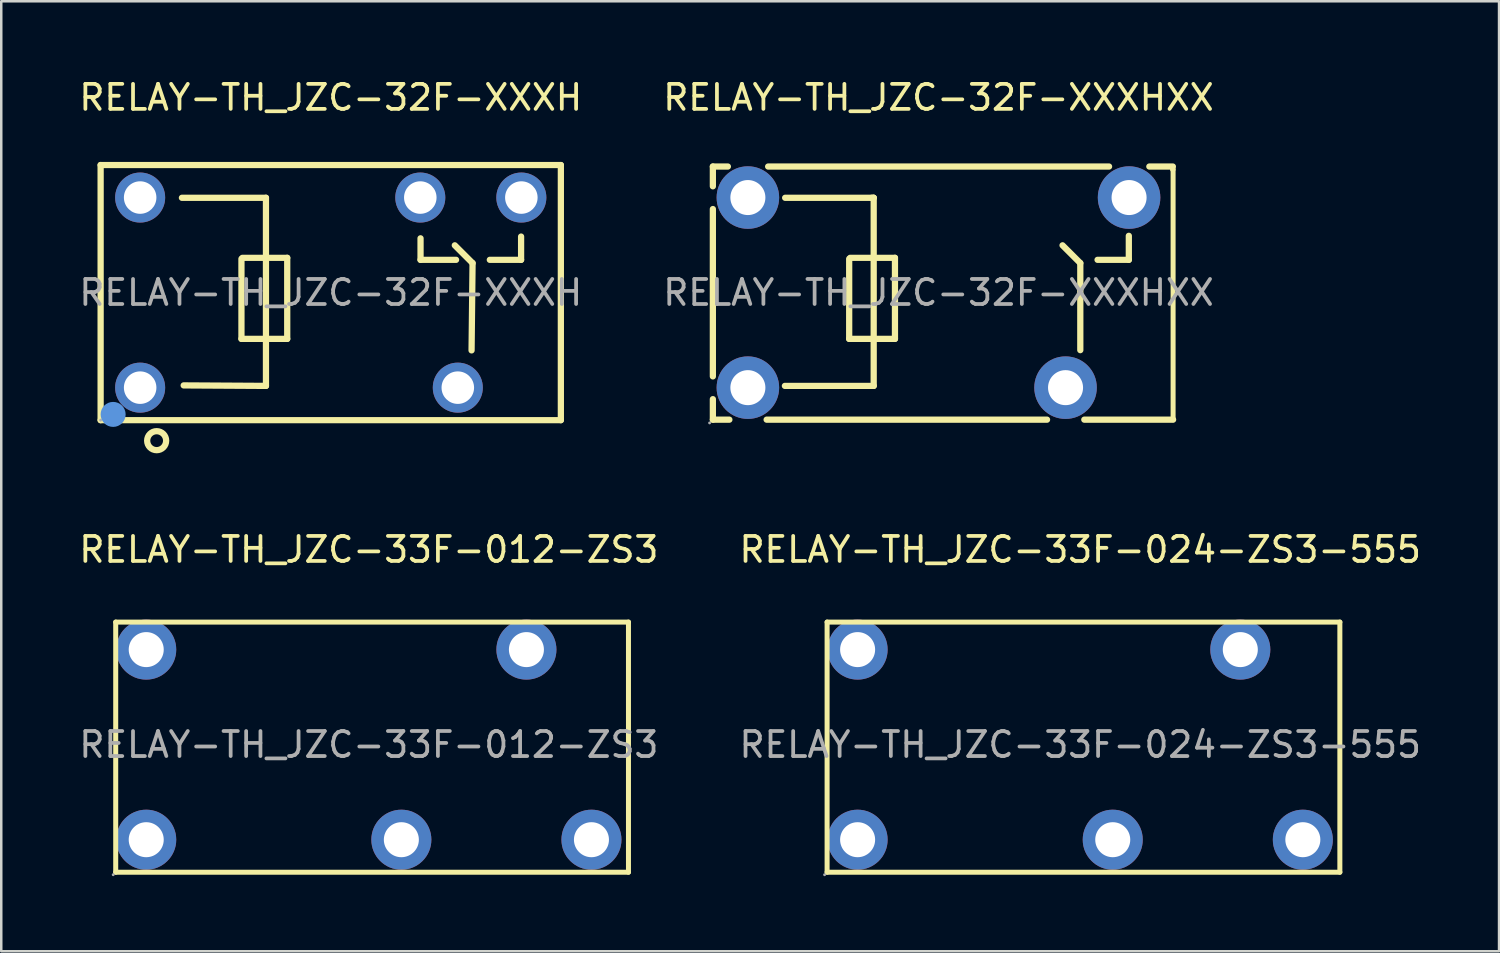
<source format=kicad_pcb>
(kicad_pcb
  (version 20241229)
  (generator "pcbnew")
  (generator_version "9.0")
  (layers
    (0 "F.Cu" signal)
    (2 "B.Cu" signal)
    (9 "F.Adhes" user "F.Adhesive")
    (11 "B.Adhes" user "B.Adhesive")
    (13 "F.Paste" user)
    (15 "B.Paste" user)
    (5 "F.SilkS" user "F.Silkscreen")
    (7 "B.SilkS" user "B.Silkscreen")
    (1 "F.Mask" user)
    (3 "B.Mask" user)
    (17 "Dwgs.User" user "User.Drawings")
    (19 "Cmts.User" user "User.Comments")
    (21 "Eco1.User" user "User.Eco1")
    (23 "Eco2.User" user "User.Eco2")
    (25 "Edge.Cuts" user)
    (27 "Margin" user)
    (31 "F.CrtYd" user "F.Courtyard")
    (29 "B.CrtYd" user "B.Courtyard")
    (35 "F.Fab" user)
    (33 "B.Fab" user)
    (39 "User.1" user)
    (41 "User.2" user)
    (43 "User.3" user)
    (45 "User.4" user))
  (footprint "RELAY-TH_JZC-32F-XXXH"
    (layer "F.Cu")
    (at 10.173 8.648)
    (property "Reference" "RELAY-TH_JZC-32F-XXXH" (at 0 -7.8 0) (layer "F.SilkS") (effects (font (size 1 1) (thickness 0.15))))
    (attr through_hole)
    (fp_line (start -9.2 -5.1) (end -9.2 5.1) (stroke (width 0.25) (type solid)) (layer "F.SilkS"))
    (fp_line (start -9.2 5.1) (end 9.2 5.1) (stroke (width 0.25) (type solid)) (layer "F.SilkS"))
    (fp_line (start -5.95 -3.79) (end -2.59 -3.79) (stroke (width 0.25) (type solid)) (layer "F.SilkS"))
    (fp_line (start -3.57 1.85) (end -3.57 -1.35) (stroke (width 0.25) (type solid)) (layer "F.SilkS"))
    (fp_line (start -3.53 -1.39) (end -1.74 -1.39) (stroke (width 0.25) (type solid)) (layer "F.SilkS"))
    (fp_line (start -2.59 -3.79) (end -2.59 3.73) (stroke (width 0.25) (type solid)) (layer "F.SilkS"))
    (fp_line (start -2.59 3.73) (end -5.88 3.71) (stroke (width 0.25) (type solid)) (layer "F.SilkS"))
    (fp_line (start -1.74 -1.39) (end -1.74 1.85) (stroke (width 0.25) (type solid)) (layer "F.SilkS"))
    (fp_line (start -1.74 1.85) (end -3.57 1.85) (stroke (width 0.25) (type solid)) (layer "F.SilkS"))
    (fp_line (start 3.59 -2.17) (end 3.59 -1.31) (stroke (width 0.25) (type solid)) (layer "F.SilkS"))
    (fp_line (start 3.59 -1.31) (end 5.01 -1.31) (stroke (width 0.25) (type solid)) (layer "F.SilkS"))
    (fp_line (start 5.63 2.31) (end 5.67 -1.18) (stroke (width 0.25) (type solid)) (layer "F.SilkS"))
    (fp_line (start 5.67 -1.18) (end 4.96 -1.89) (stroke (width 0.25) (type solid)) (layer "F.SilkS"))
    (fp_line (start 7.61 -2.24) (end 7.61 -1.31) (stroke (width 0.25) (type solid)) (layer "F.SilkS"))
    (fp_line (start 7.61 -1.31) (end 6.36 -1.31) (stroke (width 0.25) (type solid)) (layer "F.SilkS"))
    (fp_line (start 9.2 -5.1) (end -9.2 -5.1) (stroke (width 0.25) (type solid)) (layer "F.SilkS"))
    (fp_line (start 9.2 5.1) (end 9.2 -5.1) (stroke (width 0.25) (type solid)) (layer "F.SilkS"))
    (fp_circle (center -6.96 5.92) (end -6.58 5.92) (stroke (width 0.25) (type solid)) (fill no) (layer "F.SilkS"))
    (fp_circle (center -8.7 4.87) (end -8.45 4.87) (stroke (width 0.5) (type solid)) (fill no) (layer "Cmts.User"))
    (fp_circle (center -9.2 5.1) (end -9.17 5.1) (stroke (width 0.06) (type solid)) (fill no) (layer "F.Fab"))
    (fp_text user "${REFERENCE}" (at 0 0 0) (layer "F.Fab") (effects (font (size 1 1) (thickness 0.15))))
    (pad "1" thru_hole circle (at -7.62 3.8) (size 2 2) (drill 1.3) (layers "*.Cu" "*.Paste" "*.Mask"))
    (pad "2" thru_hole circle (at -7.62 -3.8) (size 2 2) (drill 1.3) (layers "*.Cu" "*.Paste" "*.Mask"))
    (pad "3" thru_hole circle (at 7.62 -3.8) (size 2 2) (drill 1.3) (layers "*.Cu" "*.Paste" "*.Mask"))
    (pad "4" thru_hole circle (at 5.08 3.8) (size 2 2) (drill 1.3) (layers "*.Cu" "*.Paste" "*.Mask"))
    (pad "5" thru_hole circle (at 3.58 -3.8) (size 2 2) (drill 1.3) (layers "*.Cu" "*.Paste" "*.Mask")))
  (footprint "RELAY-TH_JZC-32F-XXXHXX"
    (layer "F.Cu")
    (at 34.47 8.648)
    (property "Reference" "RELAY-TH_JZC-32F-XXXHXX" (at 0 -7.8 0) (layer "F.SilkS") (effects (font (size 1 1) (thickness 0.15))))
    (attr through_hole)
    (fp_line (start -9.02 -5.04) (end -9.02 -4.25) (stroke (width 0.25) (type solid)) (layer "F.SilkS"))
    (fp_line (start -9.02 -5.04) (end -8.42 -5.04) (stroke (width 0.25) (type solid)) (layer "F.SilkS"))
    (fp_line (start -9.02 -3.34) (end -9.02 3.35) (stroke (width 0.25) (type solid)) (layer "F.SilkS"))
    (fp_line (start -9.02 4.26) (end -9.02 5.08) (stroke (width 0.25) (type solid)) (layer "F.SilkS"))
    (fp_line (start -8.36 5.08) (end -9.02 5.08) (stroke (width 0.25) (type solid)) (layer "F.SilkS"))
    (fp_line (start -6.81 -5.04) (end 6.82 -5.04) (stroke (width 0.25) (type solid)) (layer "F.SilkS"))
    (fp_line (start -3.57 1.85) (end -3.57 -1.35) (stroke (width 0.25) (type solid)) (layer "F.SilkS"))
    (fp_line (start -3.53 -1.39) (end -1.74 -1.39) (stroke (width 0.25) (type solid)) (layer "F.SilkS"))
    (fp_line (start -2.67 -3.79) (end -2.59 -3.79) (stroke (width 0.25) (type solid)) (layer "F.SilkS"))
    (fp_line (start -2.59 -3.79) (end -6.13 -3.79) (stroke (width 0.25) (type solid)) (layer "F.SilkS"))
    (fp_line (start -2.59 -3.79) (end -2.59 3.73) (stroke (width 0.25) (type solid)) (layer "F.SilkS"))
    (fp_line (start -2.59 3.73) (end -6.14 3.73) (stroke (width 0.25) (type solid)) (layer "F.SilkS"))
    (fp_line (start -1.74 -1.39) (end -1.74 1.85) (stroke (width 0.25) (type solid)) (layer "F.SilkS"))
    (fp_line (start -1.74 1.85) (end -3.57 1.85) (stroke (width 0.25) (type solid)) (layer "F.SilkS"))
    (fp_line (start 4.34 5.08) (end -6.87 5.08) (stroke (width 0.25) (type solid)) (layer "F.SilkS"))
    (fp_line (start 5.67 -1.18) (end 4.96 -1.89) (stroke (width 0.25) (type solid)) (layer "F.SilkS"))
    (fp_line (start 5.67 2.3) (end 5.67 -1.18) (stroke (width 0.25) (type solid)) (layer "F.SilkS"))
    (fp_line (start 7.61 -2.27) (end 7.61 -1.31) (stroke (width 0.25) (type solid)) (layer "F.SilkS"))
    (fp_line (start 7.61 -1.31) (end 6.36 -1.31) (stroke (width 0.25) (type solid)) (layer "F.SilkS"))
    (fp_line (start 8.43 -5.04) (end 9.37 -5.04) (stroke (width 0.25) (type solid)) (layer "F.SilkS"))
    (fp_line (start 9.37 -5.04) (end 9.37 -4.92) (stroke (width 0.2) (type solid)) (layer "F.SilkS"))
    (fp_line (start 9.37 -4.92) (end 9.37 -4.91) (stroke (width 0.2) (type solid)) (layer "F.SilkS"))
    (fp_line (start 9.38 -4.92) (end 9.38 5.08) (stroke (width 0.2) (type solid)) (layer "F.SilkS"))
    (fp_line (start 9.38 5.08) (end 5.83 5.08) (stroke (width 0.25) (type solid)) (layer "F.SilkS"))
    (fp_circle (center -9.15 5.21) (end -9.12 5.21) (stroke (width 0.06) (type solid)) (fill no) (layer "F.Fab"))
    (fp_circle (center -7.62 -3.8) (end -7.32 -3.8) (stroke (width 0.6) (type solid)) (fill no) (layer "F.Fab"))
    (fp_circle (center -7.62 3.8) (end -7.32 3.8) (stroke (width 0.6) (type solid)) (fill no) (layer "F.Fab"))
    (fp_circle (center 5.08 3.8) (end 5.38 3.8) (stroke (width 0.6) (type solid)) (fill no) (layer "F.Fab"))
    (fp_circle (center 7.62 -3.8) (end 7.92 -3.8) (stroke (width 0.6) (type solid)) (fill no) (layer "F.Fab"))
    (fp_text user "${REFERENCE}" (at 0 0 0) (layer "F.Fab") (effects (font (size 1 1) (thickness 0.15))))
    (pad "1" thru_hole circle (at -7.62 3.8) (size 2.5 2.5) (drill 1.4) (layers "*.Cu" "*.Paste" "*.Mask"))
    (pad "2" thru_hole circle (at -7.62 -3.8) (size 2.5 2.5) (drill 1.4) (layers "*.Cu" "*.Paste" "*.Mask"))
    (pad "3" thru_hole circle (at 7.62 -3.8) (size 2.5 2.5) (drill 1.4) (layers "*.Cu" "*.Paste" "*.Mask"))
    (pad "4" thru_hole circle (at 5.08 3.8) (size 2.5 2.5) (drill 1.4) (layers "*.Cu" "*.Paste" "*.Mask")))
  (footprint "RELAY-TH_JZC-33F-012-ZS3"
    (layer "F.Cu")
    (at 11.696 26.721)
    (property "Reference" "RELAY-TH_JZC-33F-012-ZS3" (at 0 -7.8 0) (layer "F.SilkS") (effects (font (size 1 1) (thickness 0.15))))
    (attr through_hole)
    (fp_line (start -10.12 -4.9) (end -10.12 5.1) (stroke (width 0.2) (type solid)) (layer "F.SilkS"))
    (fp_line (start -10.12 5.1) (end 10.38 5.1) (stroke (width 0.2) (type solid)) (layer "F.SilkS"))
    (fp_line (start 10.38 -4.9) (end -10.12 -4.9) (stroke (width 0.2) (type solid)) (layer "F.SilkS"))
    (fp_line (start 10.38 5.1) (end 10.38 -4.9) (stroke (width 0.2) (type solid)) (layer "F.SilkS"))
    (fp_circle (center -10.22 5.2) (end -10.19 5.2) (stroke (width 0.06) (type solid)) (fill no) (layer "F.Fab"))
    (fp_circle (center -8.9 -3.8) (end -8.6 -3.8) (stroke (width 0.6) (type solid)) (fill no) (layer "F.Fab"))
    (fp_circle (center -8.9 3.8) (end -8.6 3.8) (stroke (width 0.6) (type solid)) (fill no) (layer "F.Fab"))
    (fp_circle (center 1.3 3.8) (end 1.6 3.8) (stroke (width 0.6) (type solid)) (fill no) (layer "F.Fab"))
    (fp_circle (center 6.3 -3.8) (end 6.6 -3.8) (stroke (width 0.6) (type solid)) (fill no) (layer "F.Fab"))
    (fp_circle (center 8.9 3.8) (end 9.2 3.8) (stroke (width 0.6) (type solid)) (fill no) (layer "F.Fab"))
    (fp_text user "${REFERENCE}" (at 0 0 0) (layer "F.Fab") (effects (font (size 1 1) (thickness 0.15))))
    (pad "1" thru_hole circle (at -8.9 3.8) (size 2.4 2.4) (drill 1.4) (layers "*.Cu" "*.Paste" "*.Mask"))
    (pad "2" thru_hole circle (at -8.9 -3.8) (size 2.4 2.4) (drill 1.4) (layers "*.Cu" "*.Paste" "*.Mask"))
    (pad "3" thru_hole circle (at 8.9 3.8) (size 2.4 2.4) (drill 1.4) (layers "*.Cu" "*.Paste" "*.Mask"))
    (pad "4" thru_hole circle (at 1.3 3.8) (size 2.4 2.4) (drill 1.4) (layers "*.Cu" "*.Paste" "*.Mask"))
    (pad "5" thru_hole circle (at 6.3 -3.8) (size 2.4 2.4) (drill 1.4) (layers "*.Cu" "*.Paste" "*.Mask")))
  (footprint "RELAY-TH_JZC-33F-024-ZS3-555"
    (layer "F.Cu")
    (at 40.137 26.721)
    (property "Reference" "RELAY-TH_JZC-33F-024-ZS3-555" (at 0 -7.8 0) (layer "F.SilkS") (effects (font (size 1 1) (thickness 0.15))))
    (attr through_hole)
    (fp_line (start -10.12 -4.9) (end -10.12 5.1) (stroke (width 0.2) (type solid)) (layer "F.SilkS"))
    (fp_line (start -10.12 5.1) (end 10.38 5.1) (stroke (width 0.2) (type solid)) (layer "F.SilkS"))
    (fp_line (start 10.38 -4.9) (end -10.12 -4.9) (stroke (width 0.2) (type solid)) (layer "F.SilkS"))
    (fp_line (start 10.38 5.1) (end 10.38 -4.9) (stroke (width 0.2) (type solid)) (layer "F.SilkS"))
    (fp_circle (center -10.22 5.2) (end -10.19 5.2) (stroke (width 0.06) (type solid)) (fill no) (layer "F.Fab"))
    (fp_circle (center -8.9 -3.8) (end -8.6 -3.8) (stroke (width 0.6) (type solid)) (fill no) (layer "F.Fab"))
    (fp_circle (center -8.9 3.8) (end -8.6 3.8) (stroke (width 0.6) (type solid)) (fill no) (layer "F.Fab"))
    (fp_circle (center 1.3 3.8) (end 1.6 3.8) (stroke (width 0.6) (type solid)) (fill no) (layer "F.Fab"))
    (fp_circle (center 6.4 -3.8) (end 6.7 -3.8) (stroke (width 0.6) (type solid)) (fill no) (layer "F.Fab"))
    (fp_circle (center 8.9 3.8) (end 9.2 3.8) (stroke (width 0.6) (type solid)) (fill no) (layer "F.Fab"))
    (fp_text user "${REFERENCE}" (at 0 0 0) (layer "F.Fab") (effects (font (size 1 1) (thickness 0.15))))
    (pad "1" thru_hole circle (at -8.9 3.8) (size 2.4 2.4) (drill 1.4) (layers "*.Cu" "*.Paste" "*.Mask"))
    (pad "2" thru_hole circle (at -8.9 -3.8) (size 2.4 2.4) (drill 1.4) (layers "*.Cu" "*.Paste" "*.Mask"))
    (pad "3" thru_hole circle (at 8.9 3.8) (size 2.4 2.4) (drill 1.4) (layers "*.Cu" "*.Paste" "*.Mask"))
    (pad "4" thru_hole circle (at 1.3 3.8) (size 2.4 2.4) (drill 1.4) (layers "*.Cu" "*.Paste" "*.Mask"))
    (pad "5" thru_hole circle (at 6.4 -3.8) (size 2.4 2.4) (drill 1.4) (layers "*.Cu" "*.Paste" "*.Mask")))
  (gr_rect
    (start -3 -3)
    (end 56.881 34.981)
    (stroke (width 0.1) (type default))
    (fill no)
    (layer "Edge.Cuts")))
</source>
